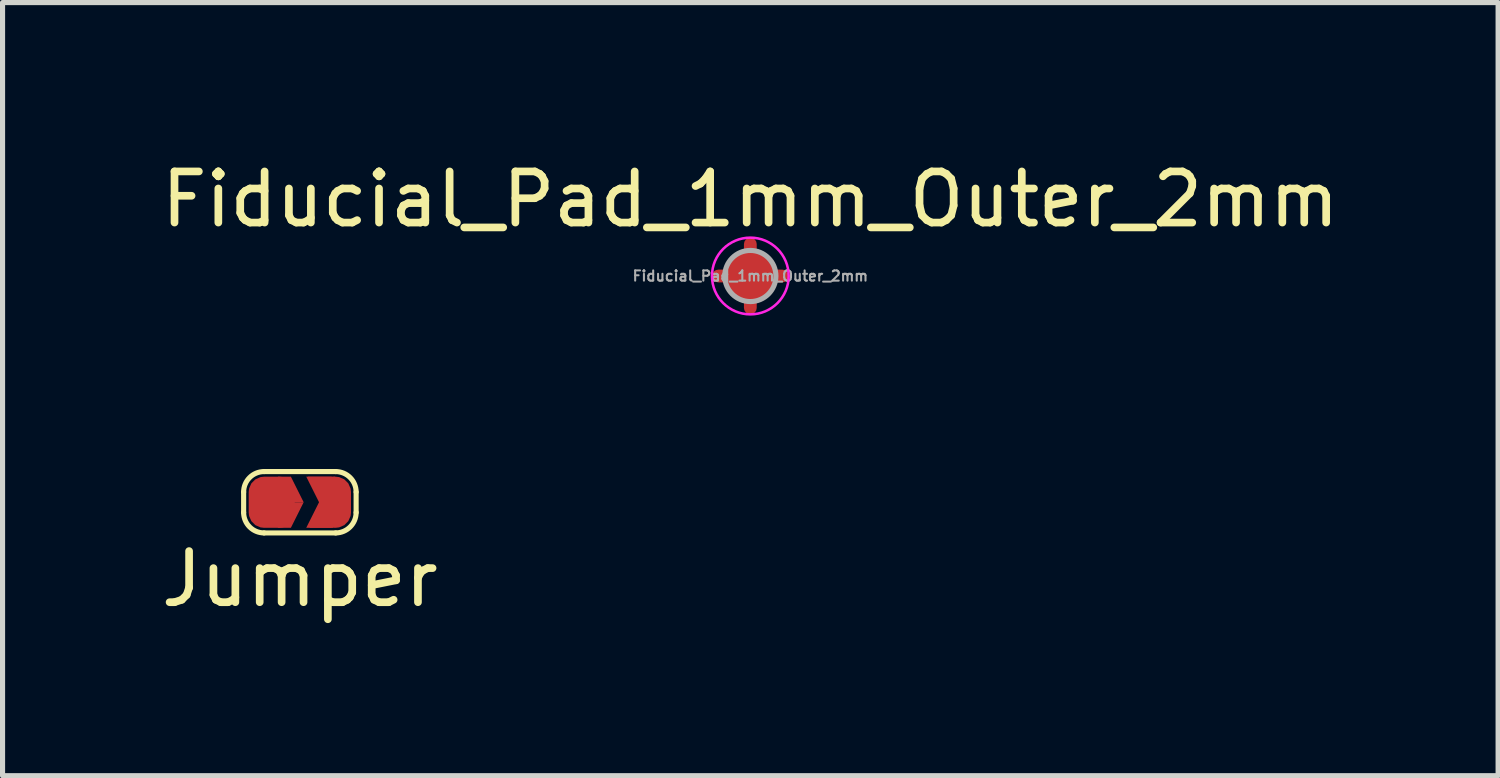
<source format=kicad_pcb>
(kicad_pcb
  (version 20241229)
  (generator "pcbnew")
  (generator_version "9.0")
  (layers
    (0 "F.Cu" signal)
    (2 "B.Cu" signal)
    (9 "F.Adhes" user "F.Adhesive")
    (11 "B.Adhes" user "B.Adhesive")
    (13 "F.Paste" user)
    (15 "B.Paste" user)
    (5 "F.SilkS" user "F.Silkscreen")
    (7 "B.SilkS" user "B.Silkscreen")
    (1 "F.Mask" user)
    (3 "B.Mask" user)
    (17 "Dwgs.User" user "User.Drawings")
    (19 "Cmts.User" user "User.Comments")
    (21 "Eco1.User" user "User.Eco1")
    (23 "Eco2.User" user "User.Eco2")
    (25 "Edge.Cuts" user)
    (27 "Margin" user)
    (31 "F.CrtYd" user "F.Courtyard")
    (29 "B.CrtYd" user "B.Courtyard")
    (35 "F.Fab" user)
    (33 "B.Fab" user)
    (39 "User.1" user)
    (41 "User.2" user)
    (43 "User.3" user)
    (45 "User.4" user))
  (footprint "Fiducial_Pad_1mm_Outer_2mm"
    (layer "F.Cu")
    (at 11.625 2.348)
    (property "Reference" "Fiducial_Pad_1mm_Outer_2mm" (at 0 -1.5 0) (layer "F.SilkS") (effects (font (size 1 1) (thickness 0.15))))
    (attr exclude_from_bom allow_soldermask_bridges)
    (fp_circle (center 0 0) (end 0.75 0) (stroke (width 0.05) (type solid)) (fill no) (layer "F.CrtYd"))
    (fp_circle (center 0 0) (end 0.5 0) (stroke (width 0.1) (type solid)) (fill no) (layer "F.Fab"))
    (fp_text user "${REFERENCE}" (at 0 0 0) (layer "F.Fab") (effects (font (size 0.2 0.2) (thickness 0.04))))
    (pad "" smd circle (at 0 0) (size 1 1) (layers "F.Cu" "F.Mask"))
    (pad "" smd roundrect (at 0 0 180) (size 1.5 0.25) (layers "F.Cu" "F.Mask") (roundrect_rratio 0.5))
    (pad "" smd roundrect (at 0 0 90) (size 1.5 0.25) (layers "F.Cu" "F.Mask") (roundrect_rratio 0.5)))
  (footprint "Jumper"
    (layer "F.Cu")
    (at 2.815 6.773)
    (property "Reference" "Jumper" (at 0 1.5 0) (layer "F.SilkS") (effects (font (size 1 1) (thickness 0.15))))
    (attr through_hole)
    (fp_line (start -1.1 -0.2) (end -1.1 0.2) (stroke (width 0.1) (type default)) (layer "F.SilkS"))
    (fp_line (start -0.7 -0.6) (end 0.7 -0.6) (stroke (width 0.1) (type default)) (layer "F.SilkS"))
    (fp_line (start 0.7 0.6) (end -0.7 0.6) (stroke (width 0.1) (type default)) (layer "F.SilkS"))
    (fp_line (start 1.1 -0.2) (end 1.1 0.2) (stroke (width 0.1) (type default)) (layer "F.SilkS"))
    (fp_arc (start -1.1 -0.2) (mid -0.982843 -0.482843) (end -0.7 -0.6) (stroke (width 0.1) (type default)) (layer "F.SilkS"))
    (fp_arc (start -0.7 0.6) (mid -0.982843 0.482843) (end -1.1 0.2) (stroke (width 0.1) (type default)) (layer "F.SilkS"))
    (fp_arc (start 0.7 -0.6) (mid 0.982843 -0.482843) (end 1.1 -0.2) (stroke (width 0.1) (type default)) (layer "F.SilkS"))
    (fp_arc (start 1.1 0.2) (mid 0.982843 0.482843) (end 0.7 0.6) (stroke (width 0.1) (type default)) (layer "F.SilkS"))
    (pad "1" smd roundrect (at -0.551 0 180) (size 0.9 1) (layers "F.Cu" "F.Mask") (roundrect_rratio 0.333))
    (pad "1" smd trapezoid (at -0.301 -0.25) (size 0.5 0.5) (rect_delta 0 0.25) (layers "F.Cu" "F.Mask"))
    (pad "1" smd trapezoid (at -0.301 0.25 180) (size 0.5 0.5) (rect_delta 0 0.25) (layers "F.Cu" "F.Mask"))
    (pad "2" smd trapezoid (at 0.39 0) (size 0.031 1) (rect_delta 0 0.5) (layers "F.Cu" "F.Mask"))
    (pad "2" smd trapezoid (at 0.406 0 180) (size 0.062 1) (rect_delta 0 0.5) (layers "F.Cu" "F.Mask"))
    (pad "2" smd roundrect (at 0.687 0 180) (size 0.625 1) (layers "F.Cu" "F.Mask") (roundrect_rratio 0.48)))
  (gr_rect
    (start -3 -3)
    (end 26.25 12.121)
    (stroke (width 0.1) (type default))
    (fill no)
    (layer "Edge.Cuts")))
</source>
